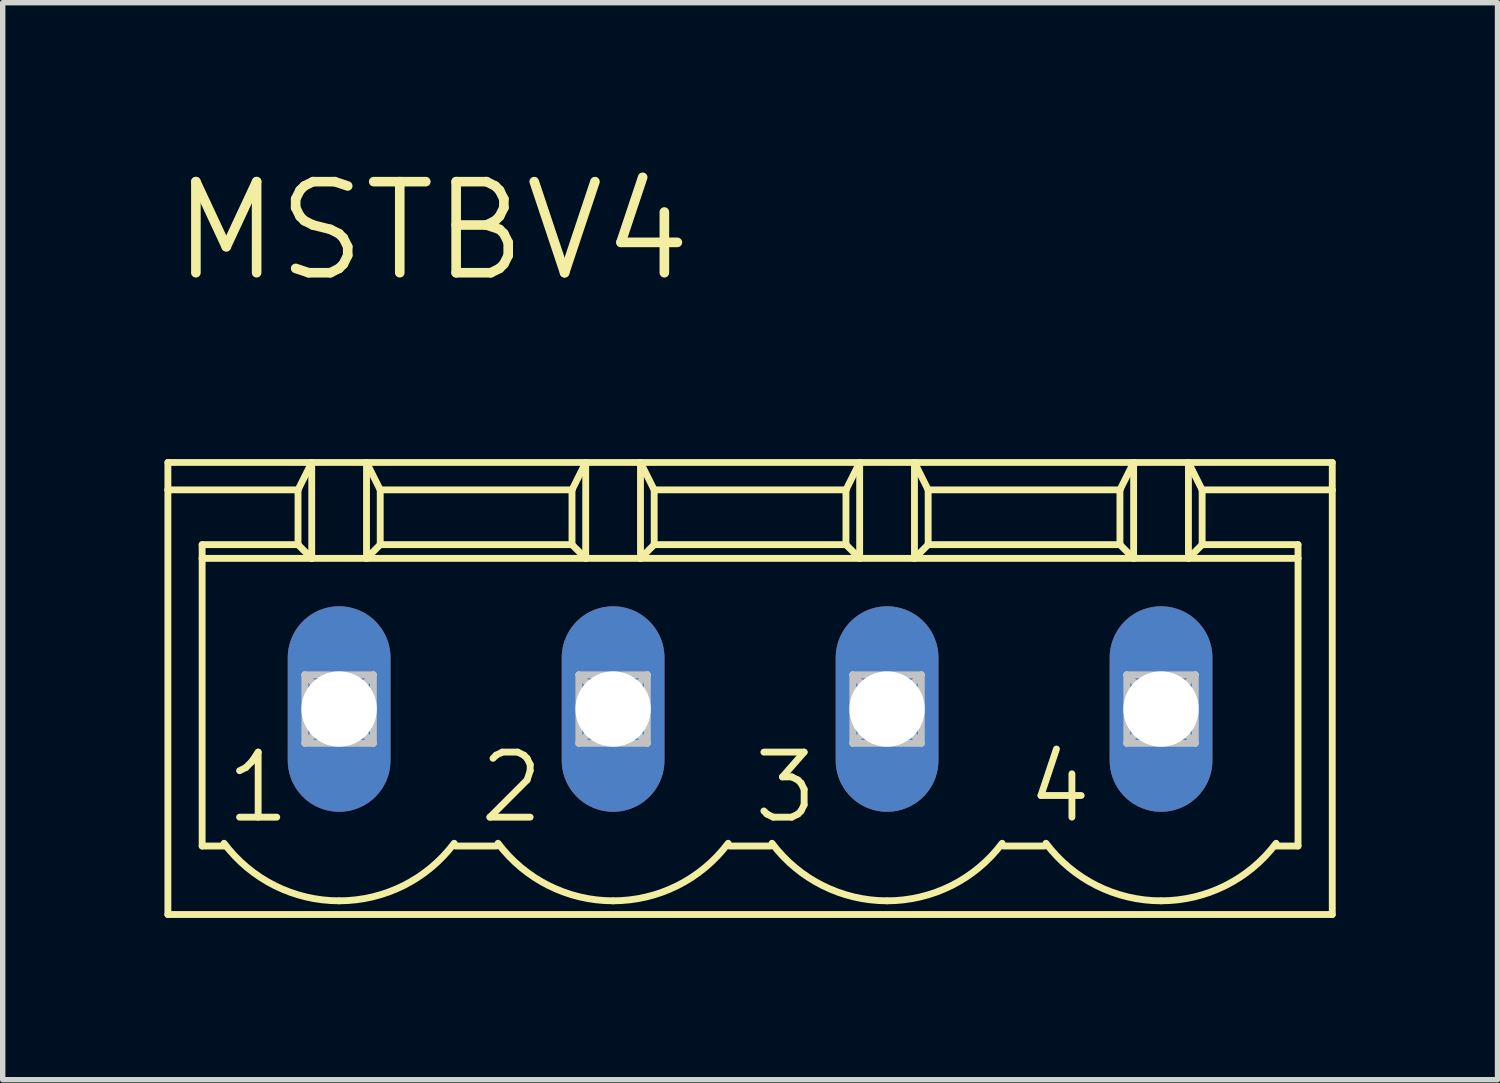
<source format=kicad_pcb>
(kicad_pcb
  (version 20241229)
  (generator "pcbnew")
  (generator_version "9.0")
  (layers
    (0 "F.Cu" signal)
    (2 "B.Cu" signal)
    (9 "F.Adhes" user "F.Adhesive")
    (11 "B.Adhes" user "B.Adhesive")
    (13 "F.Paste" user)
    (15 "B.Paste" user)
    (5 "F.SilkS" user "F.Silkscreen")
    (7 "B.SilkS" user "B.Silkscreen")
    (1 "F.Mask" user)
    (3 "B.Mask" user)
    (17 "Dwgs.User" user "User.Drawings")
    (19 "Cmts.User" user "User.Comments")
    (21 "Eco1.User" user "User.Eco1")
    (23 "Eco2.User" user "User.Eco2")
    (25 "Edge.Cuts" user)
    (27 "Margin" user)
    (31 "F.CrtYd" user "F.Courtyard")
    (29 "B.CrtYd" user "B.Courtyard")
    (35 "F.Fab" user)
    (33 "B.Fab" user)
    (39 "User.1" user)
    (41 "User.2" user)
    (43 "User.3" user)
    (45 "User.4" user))
  (footprint "MSTBV4"
    (layer "F.Cu")
    (at 10.858 10.097)
    (property "Reference" "MSTBV4" (at -10.795 -7.874 0) (layer "F.SilkS") (effects (font (size 1.689 1.689) (thickness 0.178)) (justify left bottom)))
    (attr through_hole)
    (fp_line (start -10.795 -4.572) (end -10.795 -4.064) (stroke (width 0.127) (type solid)) (layer "F.SilkS"))
    (fp_line (start -10.795 -4.572) (end -8.128 -4.572) (stroke (width 0.127) (type solid)) (layer "F.SilkS"))
    (fp_line (start -10.795 -4.064) (end -10.795 3.81) (stroke (width 0.127) (type solid)) (layer "F.SilkS"))
    (fp_line (start -10.795 -4.064) (end -8.382 -4.064) (stroke (width 0.127) (type solid)) (layer "F.SilkS"))
    (fp_line (start -10.795 3.81) (end 10.795 3.81) (stroke (width 0.127) (type solid)) (layer "F.SilkS"))
    (fp_line (start -10.16 -2.794) (end -10.16 -3.048) (stroke (width 0.127) (type solid)) (layer "F.SilkS"))
    (fp_line (start -10.16 -2.794) (end -8.128 -2.794) (stroke (width 0.127) (type solid)) (layer "F.SilkS"))
    (fp_line (start -10.16 2.54) (end -10.16 -2.794) (stroke (width 0.127) (type solid)) (layer "F.SilkS"))
    (fp_line (start -10.16 2.54) (end -9.728 2.54) (stroke (width 0.127) (type solid)) (layer "F.SilkS"))
    (fp_line (start -8.382 -4.064) (end -8.382 -3.048) (stroke (width 0.127) (type solid)) (layer "F.SilkS"))
    (fp_line (start -8.382 -4.064) (end -8.128 -4.572) (stroke (width 0.127) (type solid)) (layer "F.SilkS"))
    (fp_line (start -8.382 -3.048) (end -10.16 -3.048) (stroke (width 0.127) (type solid)) (layer "F.SilkS"))
    (fp_line (start -8.382 -3.048) (end -8.128 -2.794) (stroke (width 0.127) (type solid)) (layer "F.SilkS"))
    (fp_line (start -8.128 -4.572) (end -7.112 -4.572) (stroke (width 0.127) (type solid)) (layer "F.SilkS"))
    (fp_line (start -8.128 -2.794) (end -8.128 -4.572) (stroke (width 0.127) (type solid)) (layer "F.SilkS"))
    (fp_line (start -8.128 -2.794) (end -7.112 -2.794) (stroke (width 0.127) (type solid)) (layer "F.SilkS"))
    (fp_line (start -7.112 -4.572) (end -6.858 -4.064) (stroke (width 0.127) (type solid)) (layer "F.SilkS"))
    (fp_line (start -7.112 -4.572) (end -3.048 -4.572) (stroke (width 0.127) (type solid)) (layer "F.SilkS"))
    (fp_line (start -7.112 -2.794) (end -7.112 -4.572) (stroke (width 0.127) (type solid)) (layer "F.SilkS"))
    (fp_line (start -7.112 -2.794) (end -3.048 -2.794) (stroke (width 0.127) (type solid)) (layer "F.SilkS"))
    (fp_line (start -6.858 -4.064) (end -6.858 -3.048) (stroke (width 0.127) (type solid)) (layer "F.SilkS"))
    (fp_line (start -6.858 -4.064) (end -3.302 -4.064) (stroke (width 0.127) (type solid)) (layer "F.SilkS"))
    (fp_line (start -6.858 -3.048) (end -7.112 -2.794) (stroke (width 0.127) (type solid)) (layer "F.SilkS"))
    (fp_line (start -5.461 2.54) (end -4.699 2.54) (stroke (width 0.127) (type solid)) (layer "F.SilkS"))
    (fp_line (start -3.302 -4.064) (end -3.302 -3.048) (stroke (width 0.127) (type solid)) (layer "F.SilkS"))
    (fp_line (start -3.302 -4.064) (end -3.048 -4.572) (stroke (width 0.127) (type solid)) (layer "F.SilkS"))
    (fp_line (start -3.302 -3.048) (end -6.858 -3.048) (stroke (width 0.127) (type solid)) (layer "F.SilkS"))
    (fp_line (start -3.302 -3.048) (end -3.048 -2.794) (stroke (width 0.127) (type solid)) (layer "F.SilkS"))
    (fp_line (start -3.048 -4.572) (end -2.032 -4.572) (stroke (width 0.127) (type solid)) (layer "F.SilkS"))
    (fp_line (start -3.048 -2.794) (end -3.048 -4.572) (stroke (width 0.127) (type solid)) (layer "F.SilkS"))
    (fp_line (start -3.048 -2.794) (end -2.032 -2.794) (stroke (width 0.127) (type solid)) (layer "F.SilkS"))
    (fp_line (start -2.032 -4.572) (end -1.778 -4.064) (stroke (width 0.127) (type solid)) (layer "F.SilkS"))
    (fp_line (start -2.032 -4.572) (end 2.032 -4.572) (stroke (width 0.127) (type solid)) (layer "F.SilkS"))
    (fp_line (start -2.032 -2.794) (end -2.032 -4.572) (stroke (width 0.127) (type solid)) (layer "F.SilkS"))
    (fp_line (start -2.032 -2.794) (end 2.032 -2.794) (stroke (width 0.127) (type solid)) (layer "F.SilkS"))
    (fp_line (start -1.778 -4.064) (end -1.778 -3.048) (stroke (width 0.127) (type solid)) (layer "F.SilkS"))
    (fp_line (start -1.778 -4.064) (end 1.778 -4.064) (stroke (width 0.127) (type solid)) (layer "F.SilkS"))
    (fp_line (start -1.778 -3.048) (end -2.032 -2.794) (stroke (width 0.127) (type solid)) (layer "F.SilkS"))
    (fp_line (start -0.381 2.54) (end 0.381 2.54) (stroke (width 0.127) (type solid)) (layer "F.SilkS"))
    (fp_line (start 1.778 -4.064) (end 1.778 -3.048) (stroke (width 0.127) (type solid)) (layer "F.SilkS"))
    (fp_line (start 1.778 -4.064) (end 2.032 -4.572) (stroke (width 0.127) (type solid)) (layer "F.SilkS"))
    (fp_line (start 1.778 -3.048) (end -1.778 -3.048) (stroke (width 0.127) (type solid)) (layer "F.SilkS"))
    (fp_line (start 1.778 -3.048) (end 2.032 -2.794) (stroke (width 0.127) (type solid)) (layer "F.SilkS"))
    (fp_line (start 2.032 -4.572) (end 3.048 -4.572) (stroke (width 0.127) (type solid)) (layer "F.SilkS"))
    (fp_line (start 2.032 -2.794) (end 2.032 -4.572) (stroke (width 0.127) (type solid)) (layer "F.SilkS"))
    (fp_line (start 2.032 -2.794) (end 3.048 -2.794) (stroke (width 0.127) (type solid)) (layer "F.SilkS"))
    (fp_line (start 3.048 -4.572) (end 3.302 -4.064) (stroke (width 0.127) (type solid)) (layer "F.SilkS"))
    (fp_line (start 3.048 -4.572) (end 7.112 -4.572) (stroke (width 0.127) (type solid)) (layer "F.SilkS"))
    (fp_line (start 3.048 -2.794) (end 3.048 -4.572) (stroke (width 0.127) (type solid)) (layer "F.SilkS"))
    (fp_line (start 3.048 -2.794) (end 7.112 -2.794) (stroke (width 0.127) (type solid)) (layer "F.SilkS"))
    (fp_line (start 3.302 -4.064) (end 3.302 -3.048) (stroke (width 0.127) (type solid)) (layer "F.SilkS"))
    (fp_line (start 3.302 -4.064) (end 6.858 -4.064) (stroke (width 0.127) (type solid)) (layer "F.SilkS"))
    (fp_line (start 3.302 -3.048) (end 3.048 -2.794) (stroke (width 0.127) (type solid)) (layer "F.SilkS"))
    (fp_line (start 3.302 -3.048) (end 6.858 -3.048) (stroke (width 0.127) (type solid)) (layer "F.SilkS"))
    (fp_line (start 4.699 2.54) (end 5.461 2.54) (stroke (width 0.127) (type solid)) (layer "F.SilkS"))
    (fp_line (start 6.858 -4.064) (end 6.858 -3.048) (stroke (width 0.127) (type solid)) (layer "F.SilkS"))
    (fp_line (start 6.858 -4.064) (end 7.112 -4.572) (stroke (width 0.127) (type solid)) (layer "F.SilkS"))
    (fp_line (start 6.858 -3.048) (end 7.112 -2.794) (stroke (width 0.127) (type solid)) (layer "F.SilkS"))
    (fp_line (start 7.112 -4.572) (end 8.128 -4.572) (stroke (width 0.127) (type solid)) (layer "F.SilkS"))
    (fp_line (start 7.112 -2.794) (end 7.112 -4.572) (stroke (width 0.127) (type solid)) (layer "F.SilkS"))
    (fp_line (start 7.112 -2.794) (end 8.128 -2.794) (stroke (width 0.127) (type solid)) (layer "F.SilkS"))
    (fp_line (start 8.128 -4.572) (end 8.382 -4.064) (stroke (width 0.127) (type solid)) (layer "F.SilkS"))
    (fp_line (start 8.128 -4.572) (end 10.795 -4.572) (stroke (width 0.127) (type solid)) (layer "F.SilkS"))
    (fp_line (start 8.128 -2.794) (end 8.128 -4.572) (stroke (width 0.127) (type solid)) (layer "F.SilkS"))
    (fp_line (start 8.128 -2.794) (end 10.16 -2.794) (stroke (width 0.127) (type solid)) (layer "F.SilkS"))
    (fp_line (start 8.382 -4.064) (end 8.382 -3.048) (stroke (width 0.127) (type solid)) (layer "F.SilkS"))
    (fp_line (start 8.382 -4.064) (end 10.795 -4.064) (stroke (width 0.127) (type solid)) (layer "F.SilkS"))
    (fp_line (start 8.382 -3.048) (end 8.128 -2.794) (stroke (width 0.127) (type solid)) (layer "F.SilkS"))
    (fp_line (start 8.382 -3.048) (end 10.16 -3.048) (stroke (width 0.127) (type solid)) (layer "F.SilkS"))
    (fp_line (start 9.728 2.54) (end 10.16 2.54) (stroke (width 0.127) (type solid)) (layer "F.SilkS"))
    (fp_line (start 10.16 -3.048) (end 10.16 -2.794) (stroke (width 0.127) (type solid)) (layer "F.SilkS"))
    (fp_line (start 10.16 -2.794) (end 10.16 2.54) (stroke (width 0.127) (type solid)) (layer "F.SilkS"))
    (fp_line (start 10.795 -4.064) (end 10.795 -4.572) (stroke (width 0.127) (type solid)) (layer "F.SilkS"))
    (fp_line (start 10.795 3.81) (end 10.795 -4.064) (stroke (width 0.127) (type solid)) (layer "F.SilkS"))
    (fp_arc (start -7.619999 3.556) (mid -8.812718 3.274437) (end -9.7536 2.4892) (stroke (width 0.127) (type solid)) (layer "F.SilkS"))
    (fp_arc (start -5.486399 2.4892) (mid -6.427281 3.274438) (end -7.62 3.556) (stroke (width 0.127) (type solid)) (layer "F.SilkS"))
    (fp_arc (start -2.539999 3.556) (mid -3.732718 3.274437) (end -4.6736 2.4892) (stroke (width 0.127) (type solid)) (layer "F.SilkS"))
    (fp_arc (start -0.406399 2.4892) (mid -1.347281 3.274438) (end -2.54 3.556) (stroke (width 0.127) (type solid)) (layer "F.SilkS"))
    (fp_arc (start 2.540001 3.556) (mid 1.347282 3.274438) (end 0.4064 2.4892) (stroke (width 0.127) (type solid)) (layer "F.SilkS"))
    (fp_arc (start 4.6736 2.489199) (mid 3.732719 3.274437) (end 2.54 3.556) (stroke (width 0.127) (type solid)) (layer "F.SilkS"))
    (fp_arc (start 7.620001 3.556) (mid 6.427282 3.274438) (end 5.4864 2.4892) (stroke (width 0.127) (type solid)) (layer "F.SilkS"))
    (fp_arc (start 9.7536 2.489199) (mid 8.812719 3.274437) (end 7.62 3.556) (stroke (width 0.127) (type solid)) (layer "F.SilkS"))
    (fp_line (start -8.255 -0.635) (end -8.255 0.635) (stroke (width 0.127) (type solid)) (layer "Dwgs.User"))
    (fp_line (start -8.255 -0.635) (end -6.985 0.635) (stroke (width 0.127) (type solid)) (layer "Dwgs.User"))
    (fp_line (start -8.255 0.635) (end -6.985 -0.635) (stroke (width 0.127) (type solid)) (layer "Dwgs.User"))
    (fp_line (start -8.255 0.635) (end -6.985 0.635) (stroke (width 0.127) (type solid)) (layer "Dwgs.User"))
    (fp_line (start -6.985 -0.635) (end -8.255 -0.635) (stroke (width 0.127) (type solid)) (layer "Dwgs.User"))
    (fp_line (start -6.985 0.635) (end -6.985 -0.635) (stroke (width 0.127) (type solid)) (layer "Dwgs.User"))
    (fp_line (start -3.175 -0.635) (end -3.175 0.635) (stroke (width 0.127) (type solid)) (layer "Dwgs.User"))
    (fp_line (start -3.175 -0.635) (end -1.905 0.635) (stroke (width 0.127) (type solid)) (layer "Dwgs.User"))
    (fp_line (start -3.175 0.635) (end -1.905 -0.635) (stroke (width 0.127) (type solid)) (layer "Dwgs.User"))
    (fp_line (start -3.175 0.635) (end -1.905 0.635) (stroke (width 0.127) (type solid)) (layer "Dwgs.User"))
    (fp_line (start -1.905 -0.635) (end -3.175 -0.635) (stroke (width 0.127) (type solid)) (layer "Dwgs.User"))
    (fp_line (start -1.905 0.635) (end -1.905 -0.635) (stroke (width 0.127) (type solid)) (layer "Dwgs.User"))
    (fp_line (start 1.905 -0.635) (end 1.905 0.635) (stroke (width 0.127) (type solid)) (layer "Dwgs.User"))
    (fp_line (start 1.905 -0.635) (end 3.175 0.635) (stroke (width 0.127) (type solid)) (layer "Dwgs.User"))
    (fp_line (start 1.905 0.635) (end 3.175 -0.635) (stroke (width 0.127) (type solid)) (layer "Dwgs.User"))
    (fp_line (start 1.905 0.635) (end 3.175 0.635) (stroke (width 0.127) (type solid)) (layer "Dwgs.User"))
    (fp_line (start 3.175 -0.635) (end 1.905 -0.635) (stroke (width 0.127) (type solid)) (layer "Dwgs.User"))
    (fp_line (start 3.175 0.635) (end 3.175 -0.635) (stroke (width 0.127) (type solid)) (layer "Dwgs.User"))
    (fp_line (start 6.985 -0.635) (end 6.985 0.635) (stroke (width 0.127) (type solid)) (layer "Dwgs.User"))
    (fp_line (start 6.985 -0.635) (end 8.255 0.635) (stroke (width 0.127) (type solid)) (layer "Dwgs.User"))
    (fp_line (start 6.985 0.635) (end 8.255 -0.635) (stroke (width 0.127) (type solid)) (layer "Dwgs.User"))
    (fp_line (start 6.985 0.635) (end 8.255 0.635) (stroke (width 0.127) (type solid)) (layer "Dwgs.User"))
    (fp_line (start 8.255 -0.635) (end 6.985 -0.635) (stroke (width 0.127) (type solid)) (layer "Dwgs.User"))
    (fp_line (start 8.255 0.635) (end 8.255 -0.635) (stroke (width 0.127) (type solid)) (layer "Dwgs.User"))
    (fp_text user "2" (at -5.08 2.159 0) (layer "F.SilkS") (effects (font (size 1.206 1.206) (thickness 0.127)) (justify left bottom)))
    (fp_text user "4" (at 5.08 2.159 0) (layer "F.SilkS") (effects (font (size 1.206 1.206) (thickness 0.127)) (justify left bottom)))
    (fp_text user "3" (at 0 2.159 0) (layer "F.SilkS") (effects (font (size 1.206 1.206) (thickness 0.127)) (justify left bottom)))
    (fp_text user "1" (at -9.779 2.159 0) (layer "F.SilkS") (effects (font (size 1.206 1.206) (thickness 0.127)) (justify left bottom)))
    (pad "1" thru_hole oval (at -7.62 0 90) (size 3.81 1.905) (drill 1.397) (layers "*.Cu" "*.Mask"))
    (pad "2" thru_hole oval (at -2.54 0 90) (size 3.81 1.905) (drill 1.397) (layers "*.Cu" "*.Mask"))
    (pad "3" thru_hole oval (at 2.54 0 90) (size 3.81 1.905) (drill 1.397) (layers "*.Cu" "*.Mask"))
    (pad "4" thru_hole oval (at 7.62 0 90) (size 3.81 1.905) (drill 1.397) (layers "*.Cu" "*.Mask")))
  (gr_rect
    (start -3 -3)
    (end 24.717 16.97)
    (stroke (width 0.1) (type default))
    (fill no)
    (layer "Edge.Cuts")))
</source>
